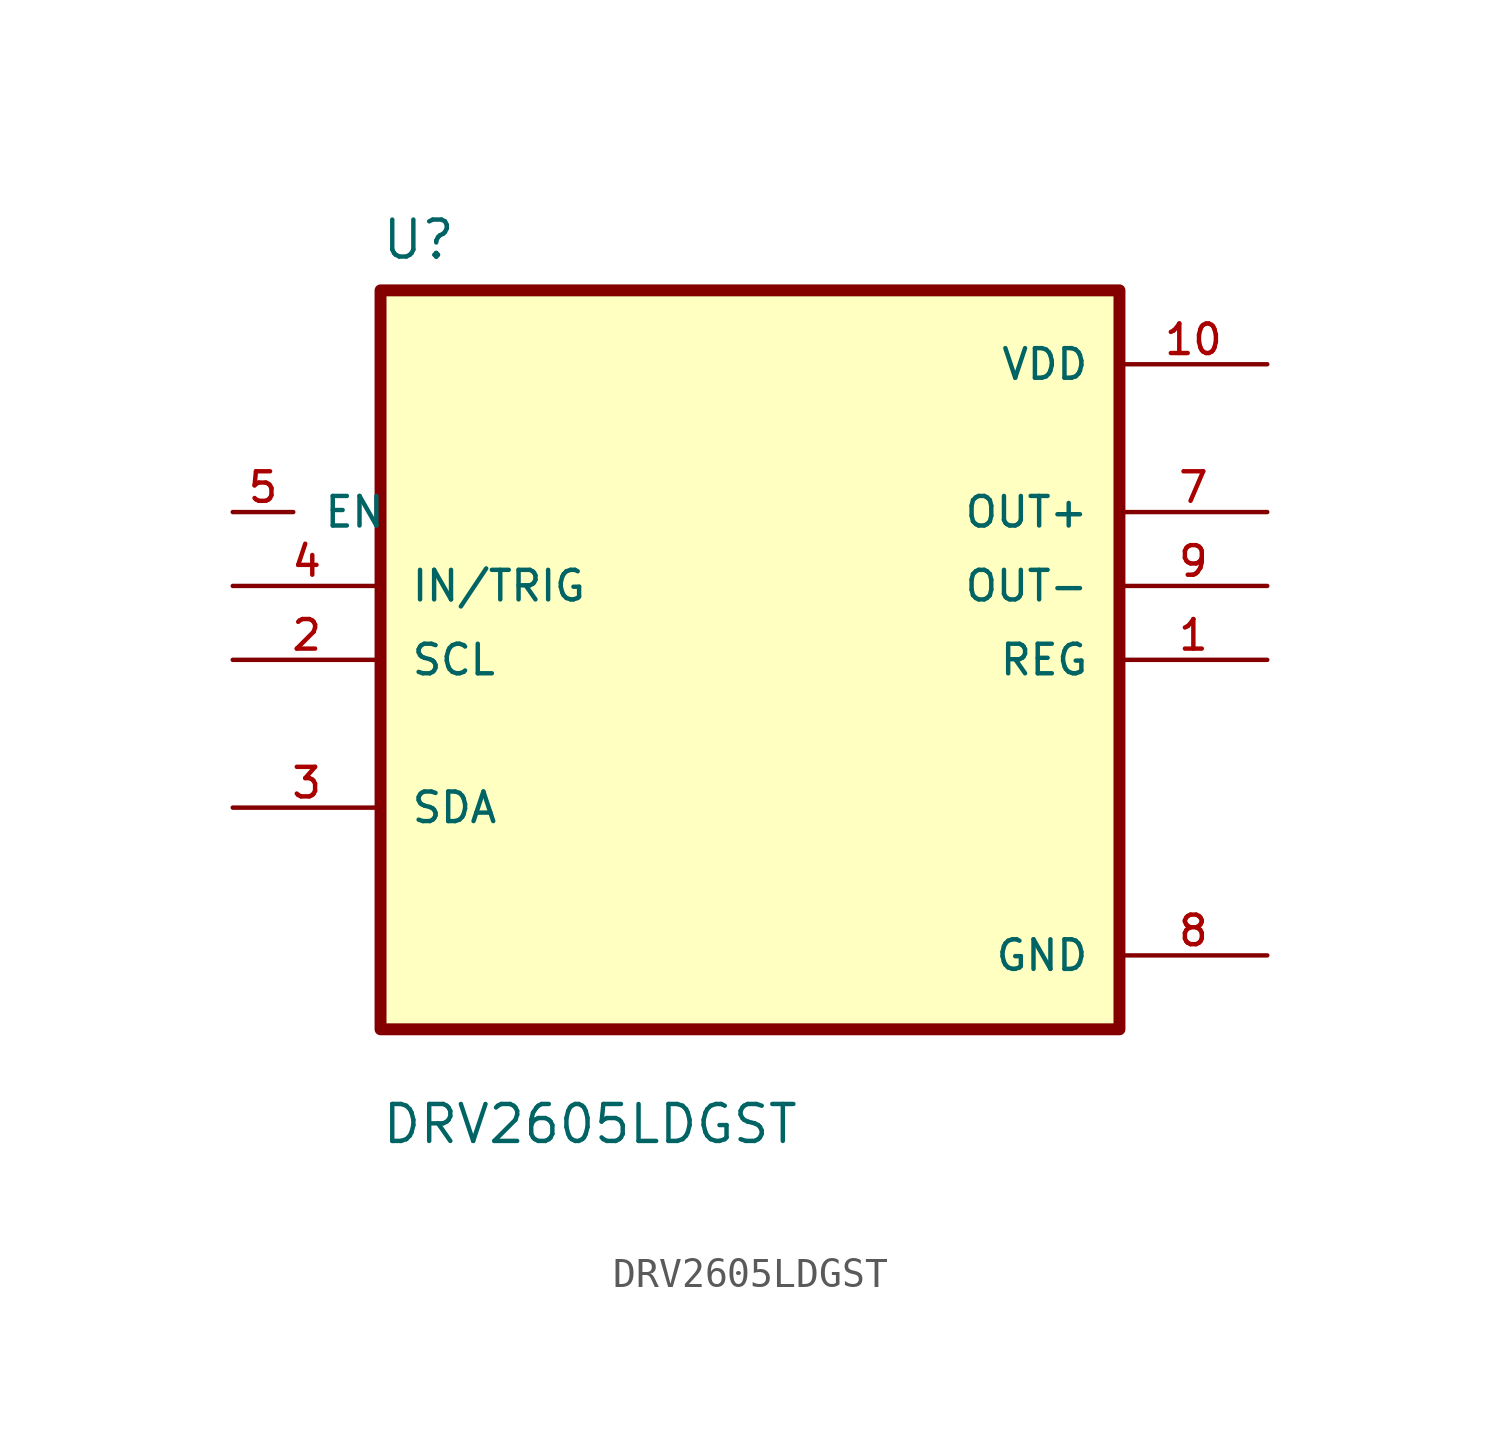
<source format=kicad_sym>
(kicad_symbol_lib
  (version 20211014)
  (generator kicad_symbol_editor)
  (symbol "DRV2605LDGST"
    (pin_names
      (offset 1.016))
    (property "Reference" "U"
      (at -12.7 13.7 0.0)
      (effects (font (size 1.27 1.27)) (justify bottom left)))
    (property "Value" "DRV2605LDGST"
      (at -12.7 -16.7 0.0)
      (effects (font (size 1.27 1.27)) (justify bottom left)))
    (symbol "DRV2605LDGST_0_0"
      (rectangle (start -12.7 -12.7) (end 12.7 12.7) (stroke (width 0.41)) (fill (type background)))
      (pin input line (at -17.78 5.08 0) (length 2.08) (name "EN" (effects (font (size 1.016 1.016)))) (number "5" (effects (font (size 1.016 1.016)))))
      (pin input line (at -17.78 2.54 0) (length 5.08) (name "IN/TRIG" (effects (font (size 1.016 1.016)))) (number "4" (effects (font (size 1.016 1.016)))))
      (pin input line (at -17.78 -8.88178e-16 0) (length 5.08) (name "SCL" (effects (font (size 1.016 1.016)))) (number "2" (effects (font (size 1.016 1.016)))))
      (pin bidirectional line (at -17.78 -5.08 0) (length 5.08) (name "SDA" (effects (font (size 1.016 1.016)))) (number "3" (effects (font (size 1.016 1.016)))))
      (pin power_in line (at 17.78 10.16 180.0) (length 5.08) (name "VDD" (effects (font (size 1.016 1.016)))) (number "10" (effects (font (size 1.016 1.016)))))
      (pin output line (at 17.78 5.08 180.0) (length 5.08) (name "OUT+" (effects (font (size 1.016 1.016)))) (number "7" (effects (font (size 1.016 1.016)))))
      (pin output line (at 17.78 2.54 180.0) (length 5.08) (name "OUT-" (effects (font (size 1.016 1.016)))) (number "9" (effects (font (size 1.016 1.016)))))
      (pin output line (at 17.78 0.0 180.0) (length 5.08) (name "REG" (effects (font (size 1.016 1.016)))) (number "1" (effects (font (size 1.016 1.016)))))
      (pin power_in line (at 17.78 -10.16 180.0) (length 5.08) (name "GND" (effects (font (size 1.016 1.016)))) (number "8" (effects (font (size 1.016 1.016))))))))
</source>
